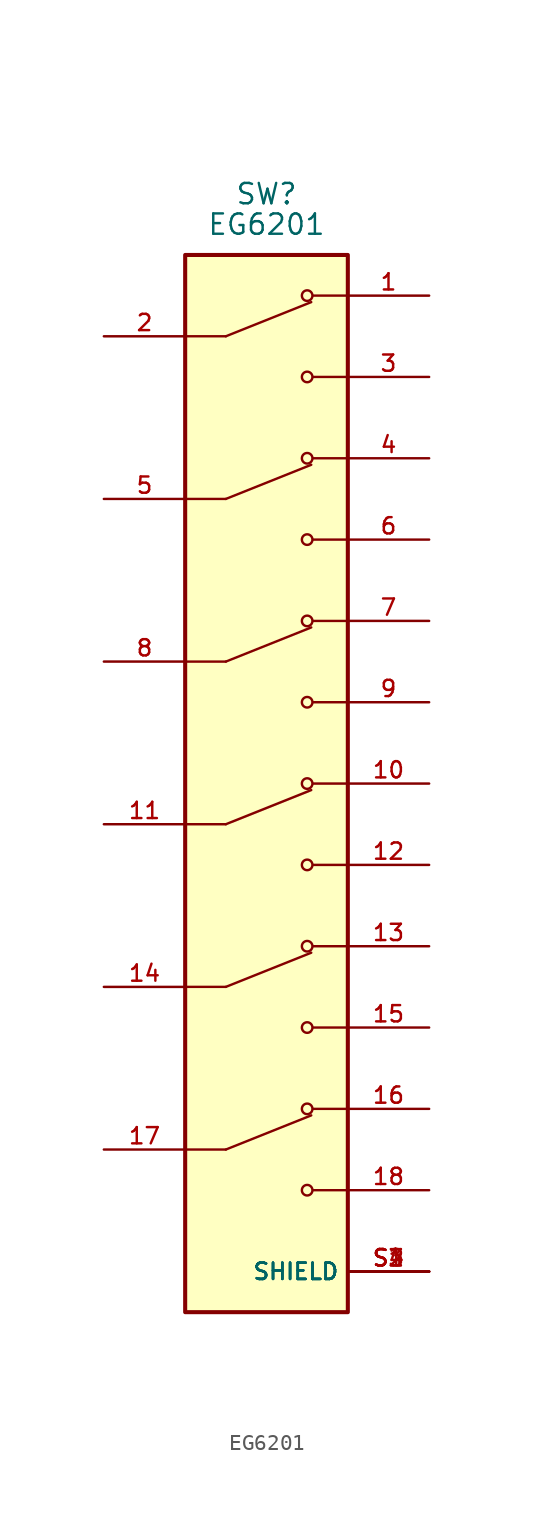
<source format=kicad_sym>
(kicad_symbol_lib
  (version 20211014)
  (generator kicad_symbol_editor)
  (symbol "EG6201"
    (property "Reference" "SW"
      (at 0 34.29 0)
      (effects (font (size 1.27 1.27))))
    (property "Value" "EG6201"
      (at 0 32.385 0)
      (effects (font (size 1.27 1.27))))
    (symbol "EG6201_0_0"
      (rectangle (start -5.08 -35.56) (end 5.08 30.48) (stroke (width 0.254) (type default) (color 0 0 0 0)) (fill (type background)))
      (polyline (pts (xy -2.54 -25.4) (xy -5.08 -25.4)) (stroke (width 0.152) (type default) (color 0 0 0 0)) (fill (type none)))
      (polyline (pts (xy -2.54 -25.4) (xy 2.794 -23.266)) (stroke (width 0.152) (type default) (color 0 0 0 0)) (fill (type none)))
      (polyline (pts (xy -2.54 -15.24) (xy -5.08 -15.24)) (stroke (width 0.152) (type default) (color 0 0 0 0)) (fill (type none)))
      (polyline (pts (xy -2.54 -15.24) (xy 2.794 -13.106)) (stroke (width 0.152) (type default) (color 0 0 0 0)) (fill (type none)))
      (polyline (pts (xy -2.54 -5.08) (xy -5.08 -5.08)) (stroke (width 0.152) (type default) (color 0 0 0 0)) (fill (type none)))
      (polyline (pts (xy -2.54 -5.08) (xy 2.794 -2.946)) (stroke (width 0.152) (type default) (color 0 0 0 0)) (fill (type none)))
      (polyline (pts (xy -2.54 5.08) (xy -5.08 5.08)) (stroke (width 0.152) (type default) (color 0 0 0 0)) (fill (type none)))
      (polyline (pts (xy -2.54 5.08) (xy 2.794 7.214)) (stroke (width 0.152) (type default) (color 0 0 0 0)) (fill (type none)))
      (polyline (pts (xy -2.54 15.24) (xy -5.08 15.24)) (stroke (width 0.152) (type default) (color 0 0 0 0)) (fill (type none)))
      (polyline (pts (xy -2.54 15.24) (xy 2.794 17.374)) (stroke (width 0.152) (type default) (color 0 0 0 0)) (fill (type none)))
      (polyline (pts (xy -2.54 25.4) (xy -5.08 25.4)) (stroke (width 0.152) (type default) (color 0 0 0 0)) (fill (type none)))
      (polyline (pts (xy -2.54 25.4) (xy 2.794 27.534)) (stroke (width 0.152) (type default) (color 0 0 0 0)) (fill (type none)))
      (polyline (pts (xy 5.08 -27.94) (xy 2.921 -27.94)) (stroke (width 0.152) (type default) (color 0 0 0 0)) (fill (type none)))
      (polyline (pts (xy 5.08 -22.86) (xy 2.921 -22.86)) (stroke (width 0.152) (type default) (color 0 0 0 0)) (fill (type none)))
      (polyline (pts (xy 5.08 -17.78) (xy 2.921 -17.78)) (stroke (width 0.152) (type default) (color 0 0 0 0)) (fill (type none)))
      (polyline (pts (xy 5.08 -12.7) (xy 2.921 -12.7)) (stroke (width 0.152) (type default) (color 0 0 0 0)) (fill (type none)))
      (polyline (pts (xy 5.08 -7.62) (xy 2.921 -7.62)) (stroke (width 0.152) (type default) (color 0 0 0 0)) (fill (type none)))
      (polyline (pts (xy 5.08 -2.54) (xy 2.921 -2.54)) (stroke (width 0.152) (type default) (color 0 0 0 0)) (fill (type none)))
      (polyline (pts (xy 5.08 2.54) (xy 2.921 2.54)) (stroke (width 0.152) (type default) (color 0 0 0 0)) (fill (type none)))
      (polyline (pts (xy 5.08 7.62) (xy 2.921 7.62)) (stroke (width 0.152) (type default) (color 0 0 0 0)) (fill (type none)))
      (polyline (pts (xy 5.08 12.7) (xy 2.921 12.7)) (stroke (width 0.152) (type default) (color 0 0 0 0)) (fill (type none)))
      (polyline (pts (xy 5.08 17.78) (xy 2.921 17.78)) (stroke (width 0.152) (type default) (color 0 0 0 0)) (fill (type none)))
      (polyline (pts (xy 5.08 22.86) (xy 2.921 22.86)) (stroke (width 0.152) (type default) (color 0 0 0 0)) (fill (type none)))
      (polyline (pts (xy 5.08 27.94) (xy 2.921 27.94)) (stroke (width 0.152) (type default) (color 0 0 0 0)) (fill (type none)))
      (circle (center 2.54 -27.94) (radius 0.33) (stroke (width 0.152) (type default) (color 0 0 0 0)) (fill (type none)))
      (circle (center 2.54 -22.86) (radius 0.33) (stroke (width 0.152) (type default) (color 0 0 0 0)) (fill (type none)))
      (circle (center 2.54 -17.78) (radius 0.33) (stroke (width 0.152) (type default) (color 0 0 0 0)) (fill (type none)))
      (circle (center 2.54 -12.7) (radius 0.33) (stroke (width 0.152) (type default) (color 0 0 0 0)) (fill (type none)))
      (circle (center 2.54 -7.62) (radius 0.33) (stroke (width 0.152) (type default) (color 0 0 0 0)) (fill (type none)))
      (circle (center 2.54 -2.54) (radius 0.33) (stroke (width 0.152) (type default) (color 0 0 0 0)) (fill (type none)))
      (circle (center 2.54 2.54) (radius 0.33) (stroke (width 0.152) (type default) (color 0 0 0 0)) (fill (type none)))
      (circle (center 2.54 7.62) (radius 0.33) (stroke (width 0.152) (type default) (color 0 0 0 0)) (fill (type none)))
      (circle (center 2.54 12.7) (radius 0.33) (stroke (width 0.152) (type default) (color 0 0 0 0)) (fill (type none)))
      (circle (center 2.54 17.78) (radius 0.33) (stroke (width 0.152) (type default) (color 0 0 0 0)) (fill (type none)))
      (circle (center 2.54 22.86) (radius 0.33) (stroke (width 0.152) (type default) (color 0 0 0 0)) (fill (type none)))
      (circle (center 2.54 27.94) (radius 0.33) (stroke (width 0.152) (type default) (color 0 0 0 0)) (fill (type none)))
      (pin passive line (at 10.16 27.94 180) (length 5.08) (name "~" (effects (font (size 1.016 1.016)))) (number "1" (effects (font (size 1.016 1.016)))))
      (pin passive line (at 10.16 -2.54 180) (length 5.08) (name "~" (effects (font (size 1.016 1.016)))) (number "10" (effects (font (size 1.016 1.016)))))
      (pin passive line (at -10.16 -5.08 0) (length 5.08) (name "~" (effects (font (size 1.016 1.016)))) (number "11" (effects (font (size 1.016 1.016)))))
      (pin passive line (at 10.16 -7.62 180) (length 5.08) (name "~" (effects (font (size 1.016 1.016)))) (number "12" (effects (font (size 1.016 1.016)))))
      (pin passive line (at 10.16 -12.7 180) (length 5.08) (name "~" (effects (font (size 1.016 1.016)))) (number "13" (effects (font (size 1.016 1.016)))))
      (pin passive line (at -10.16 -15.24 0) (length 5.08) (name "~" (effects (font (size 1.016 1.016)))) (number "14" (effects (font (size 1.016 1.016)))))
      (pin passive line (at 10.16 -17.78 180) (length 5.08) (name "~" (effects (font (size 1.016 1.016)))) (number "15" (effects (font (size 1.016 1.016)))))
      (pin passive line (at 10.16 -22.86 180) (length 5.08) (name "~" (effects (font (size 1.016 1.016)))) (number "16" (effects (font (size 1.016 1.016)))))
      (pin passive line (at -10.16 -25.4 0) (length 5.08) (name "~" (effects (font (size 1.016 1.016)))) (number "17" (effects (font (size 1.016 1.016)))))
      (pin passive line (at 10.16 -27.94 180) (length 5.08) (name "~" (effects (font (size 1.016 1.016)))) (number "18" (effects (font (size 1.016 1.016)))))
      (pin passive line (at -10.16 25.4 0) (length 5.08) (name "~" (effects (font (size 1.016 1.016)))) (number "2" (effects (font (size 1.016 1.016)))))
      (pin passive line (at 10.16 22.86 180) (length 5.08) (name "~" (effects (font (size 1.016 1.016)))) (number "3" (effects (font (size 1.016 1.016)))))
      (pin passive line (at 10.16 17.78 180) (length 5.08) (name "~" (effects (font (size 1.016 1.016)))) (number "4" (effects (font (size 1.016 1.016)))))
      (pin passive line (at -10.16 15.24 0) (length 5.08) (name "~" (effects (font (size 1.016 1.016)))) (number "5" (effects (font (size 1.016 1.016)))))
      (pin passive line (at 10.16 12.7 180) (length 5.08) (name "~" (effects (font (size 1.016 1.016)))) (number "6" (effects (font (size 1.016 1.016)))))
      (pin passive line (at 10.16 7.62 180) (length 5.08) (name "~" (effects (font (size 1.016 1.016)))) (number "7" (effects (font (size 1.016 1.016)))))
      (pin passive line (at -10.16 5.08 0) (length 5.08) (name "~" (effects (font (size 1.016 1.016)))) (number "8" (effects (font (size 1.016 1.016)))))
      (pin passive line (at 10.16 2.54 180) (length 5.08) (name "~" (effects (font (size 1.016 1.016)))) (number "9" (effects (font (size 1.016 1.016)))))
      (pin passive line (at 10.16 -33.02 180) (length 5.08) (name "SHIELD" (effects (font (size 1.016 1.016)))) (number "S1" (effects (font (size 1.016 1.016)))))
      (pin passive line (at 10.16 -33.02 180) (length 5.08) (name "SHIELD" (effects (font (size 1.016 1.016)))) (number "S2" (effects (font (size 1.016 1.016)))))
      (pin passive line (at 10.16 -33.02 180) (length 5.08) (name "SHIELD" (effects (font (size 1.016 1.016)))) (number "S3" (effects (font (size 1.016 1.016)))))
      (pin passive line (at 10.16 -33.02 180) (length 5.08) (name "SHIELD" (effects (font (size 1.016 1.016)))) (number "S4" (effects (font (size 1.016 1.016))))))))
</source>
